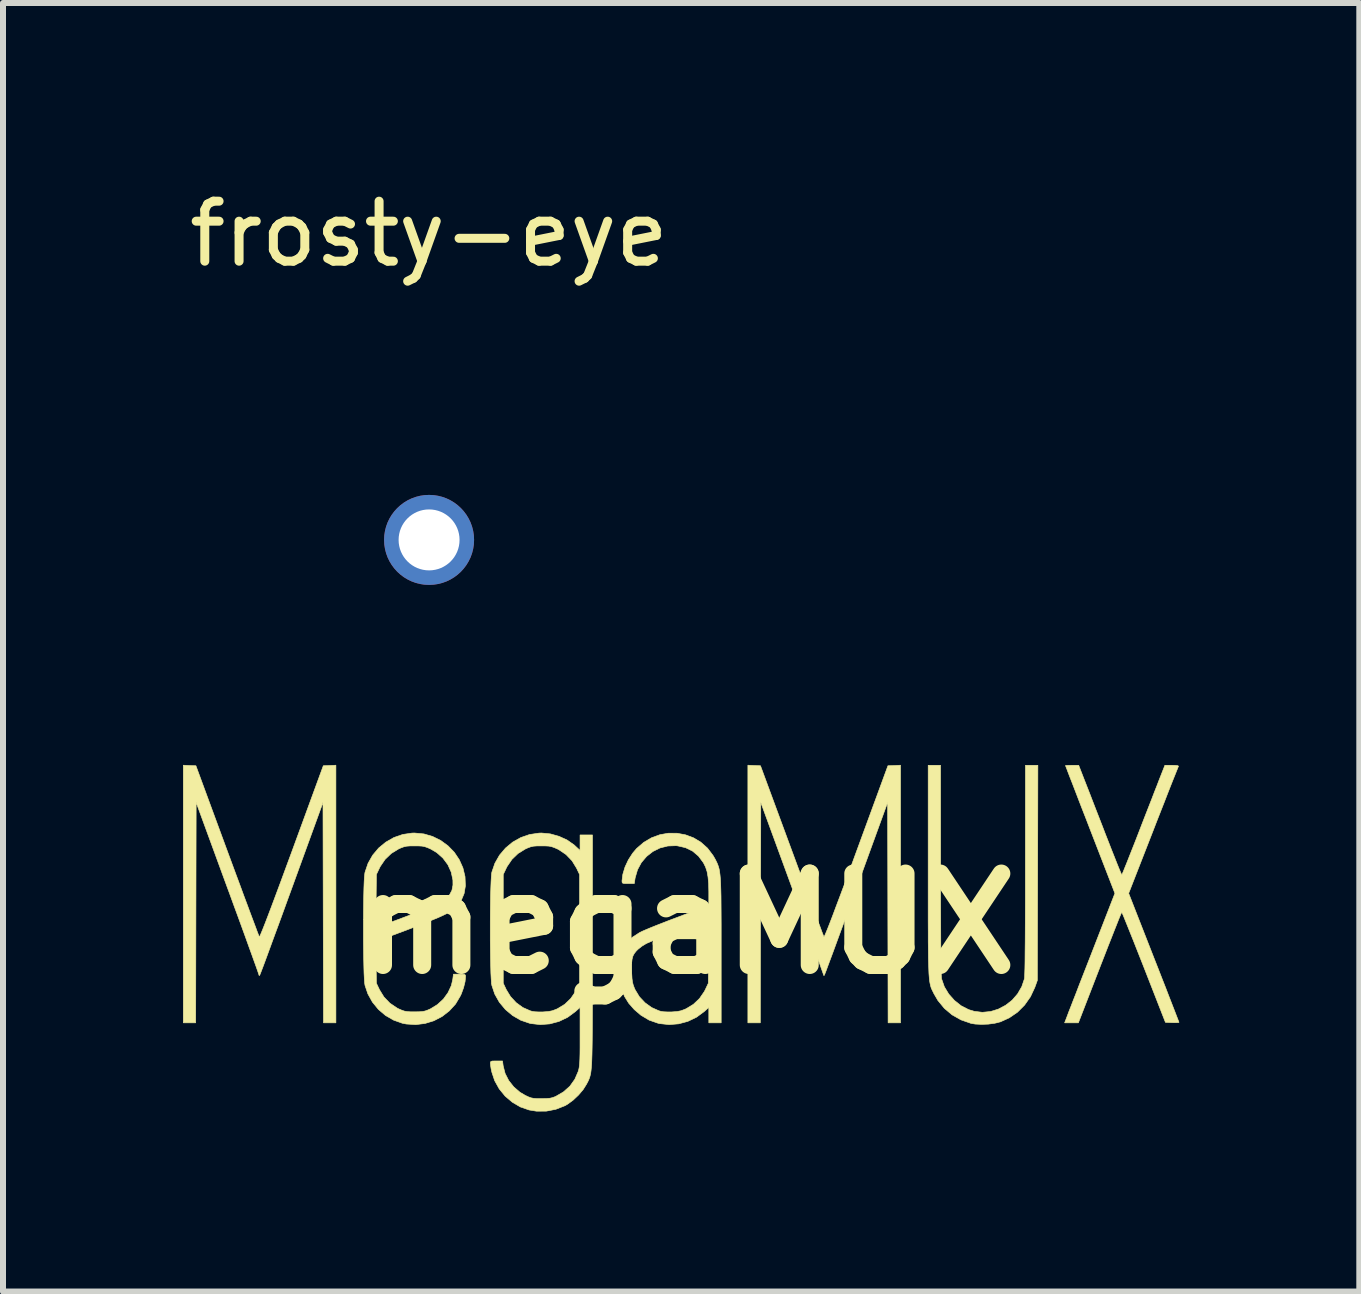
<source format=kicad_pcb>
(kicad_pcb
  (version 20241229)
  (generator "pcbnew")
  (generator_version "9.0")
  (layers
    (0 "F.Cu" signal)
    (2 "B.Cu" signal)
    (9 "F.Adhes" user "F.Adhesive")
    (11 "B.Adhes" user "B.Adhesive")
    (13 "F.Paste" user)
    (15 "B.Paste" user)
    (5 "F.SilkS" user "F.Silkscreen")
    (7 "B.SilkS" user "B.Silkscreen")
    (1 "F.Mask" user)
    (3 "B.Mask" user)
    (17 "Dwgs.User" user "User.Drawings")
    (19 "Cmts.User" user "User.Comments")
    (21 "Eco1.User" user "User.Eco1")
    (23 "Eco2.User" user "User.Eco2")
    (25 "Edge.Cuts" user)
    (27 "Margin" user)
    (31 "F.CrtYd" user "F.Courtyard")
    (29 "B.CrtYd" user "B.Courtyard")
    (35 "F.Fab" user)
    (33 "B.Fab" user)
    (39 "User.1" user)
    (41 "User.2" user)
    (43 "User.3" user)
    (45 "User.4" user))
  (footprint "frosty-eye"
    (layer "F.Cu")
    (at 4.101 5.948)
    (property "Reference" "frosty-eye" (at 0 -5.1 0) (layer "F.SilkS") (effects (font (size 1 1) (thickness 0.15))))
    (attr through_hole)
    (pad "1" thru_hole circle (at 0 0) (size 1.5 1.5) (drill 1.016) (layers "*.Cu" "*.Mask")))
  (footprint "megaMUX"
    (layer "F.Cu")
    (at 8.413 12.343)
    (property "Reference" "megaMUX" (at 0 0 0) (layer "F.SilkS") (effects (font (size 1.524 1.524) (thickness 0.3))))
    (attr through_hole)
    (fp_poly (pts (xy -5.865 1.653) (xy -6.072 1.653) (xy -6.08 -2.02) (xy -6.602 -0.585) (xy -6.677 -0.38) (xy -6.748 -0.184) (xy -6.816 0.002) (xy -6.88 0.175) (xy -6.938 0.333) (xy -6.99 0.475) (xy -7.035 0.598) (xy -7.073 0.7) (xy -7.103 0.779) (xy -7.124 0.833) (xy -7.135 0.86) (xy -7.136 0.863) (xy -7.146 0.863) (xy -7.147 0.855) (xy -7.153 0.837) (xy -7.168 0.792) (xy -7.193 0.721) (xy -7.227 0.627) (xy -7.269 0.51) (xy -7.318 0.375) (xy -7.373 0.222) (xy -7.434 0.054) (xy -7.5 -0.127) (xy -7.571 -0.32) (xy -7.644 -0.521) (xy -7.671 -0.593) (xy -8.194 -2.021) (xy -8.198 -0.184) (xy -8.202 1.653) (xy -8.408 1.653) (xy -8.408 -2.64) (xy -8.303 -2.635) (xy -8.198 -2.631) (xy -7.677 -1.216) (xy -7.602 -1.013) (xy -7.53 -0.818) (xy -7.461 -0.633) (xy -7.398 -0.461) (xy -7.339 -0.304) (xy -7.287 -0.163) (xy -7.241 -0.041) (xy -7.203 0.06) (xy -7.174 0.139) (xy -7.153 0.192) (xy -7.143 0.218) (xy -7.142 0.22) (xy -7.134 0.21) (xy -7.115 0.169) (xy -7.086 0.099) (xy -7.046 -0.002) (xy -6.996 -0.132) (xy -6.935 -0.293) (xy -6.864 -0.483) (xy -6.782 -0.703) (xy -6.69 -0.953) (xy -6.601 -1.194) (xy -6.075 -2.631) (xy -5.865 -2.64) (xy -5.865 1.653)) (stroke (width 0.01) (type solid)) (fill yes) (layer "F.SilkS"))
    (fp_poly (pts (xy 3.545 1.653) (xy 3.338 1.653) (xy 3.33 -2.02) (xy 2.808 -0.585) (xy 2.733 -0.38) (xy 2.661 -0.184) (xy 2.594 0.002) (xy 2.53 0.175) (xy 2.472 0.333) (xy 2.42 0.475) (xy 2.374 0.598) (xy 2.336 0.7) (xy 2.307 0.779) (xy 2.286 0.833) (xy 2.275 0.86) (xy 2.274 0.863) (xy 2.264 0.863) (xy 2.262 0.855) (xy 2.257 0.837) (xy 2.241 0.792) (xy 2.216 0.721) (xy 2.183 0.627) (xy 2.141 0.51) (xy 2.092 0.375) (xy 2.037 0.222) (xy 1.975 0.054) (xy 1.909 -0.127) (xy 1.839 -0.32) (xy 1.765 -0.521) (xy 1.739 -0.593) (xy 1.216 -2.021) (xy 1.212 -0.184) (xy 1.208 1.653) (xy 1.001 1.653) (xy 1.001 -2.64) (xy 1.211 -2.631) (xy 1.733 -1.216) (xy 1.808 -1.013) (xy 1.88 -0.818) (xy 1.948 -0.633) (xy 2.012 -0.461) (xy 2.071 -0.304) (xy 2.123 -0.163) (xy 2.169 -0.041) (xy 2.207 0.06) (xy 2.236 0.139) (xy 2.257 0.192) (xy 2.267 0.218) (xy 2.268 0.22) (xy 2.276 0.21) (xy 2.295 0.169) (xy 2.324 0.099) (xy 2.364 -0.002) (xy 2.414 -0.132) (xy 2.474 -0.293) (xy 2.546 -0.483) (xy 2.628 -0.703) (xy 2.72 -0.953) (xy 2.808 -1.194) (xy 3.335 -2.631) (xy 3.44 -2.635) (xy 3.545 -2.64) (xy 3.545 1.653)) (stroke (width 0.01) (type solid)) (fill yes) (layer "F.SilkS"))
    (fp_poly (pts (xy 4.213 -0.894) (xy 4.213 -0.593) (xy 4.213 -0.317) (xy 4.214 -0.067) (xy 4.215 0.156) (xy 4.216 0.353) (xy 4.218 0.521) (xy 4.22 0.661) (xy 4.222 0.772) (xy 4.224 0.853) (xy 4.227 0.903) (xy 4.229 0.92) (xy 4.275 1.052) (xy 4.348 1.173) (xy 4.443 1.28) (xy 4.555 1.369) (xy 4.68 1.433) (xy 4.77 1.461) (xy 4.908 1.478) (xy 5.044 1.465) (xy 5.175 1.425) (xy 5.296 1.361) (xy 5.405 1.276) (xy 5.496 1.171) (xy 5.566 1.05) (xy 5.61 0.92) (xy 5.613 0.892) (xy 5.615 0.832) (xy 5.618 0.743) (xy 5.62 0.623) (xy 5.621 0.475) (xy 5.623 0.298) (xy 5.624 0.093) (xy 5.625 -0.138) (xy 5.626 -0.396) (xy 5.626 -0.679) (xy 5.626 -0.894) (xy 5.627 -2.639) (xy 5.834 -2.639) (xy 5.83 -0.846) (xy 5.825 0.946) (xy 5.783 1.063) (xy 5.71 1.219) (xy 5.612 1.358) (xy 5.494 1.476) (xy 5.357 1.57) (xy 5.209 1.637) (xy 5.117 1.66) (xy 5.008 1.675) (xy 4.895 1.679) (xy 4.79 1.674) (xy 4.719 1.662) (xy 4.553 1.604) (xy 4.404 1.52) (xy 4.276 1.412) (xy 4.168 1.281) (xy 4.101 1.166) (xy 4.087 1.137) (xy 4.074 1.111) (xy 4.062 1.085) (xy 4.052 1.058) (xy 4.044 1.028) (xy 4.036 0.992) (xy 4.029 0.95) (xy 4.024 0.898) (xy 4.019 0.836) (xy 4.016 0.762) (xy 4.013 0.673) (xy 4.01 0.568) (xy 4.009 0.445) (xy 4.007 0.302) (xy 4.007 0.137) (xy 4.006 -0.051) (xy 4.006 -0.265) (xy 4.006 -0.507) (xy 4.006 -0.777) (xy 4.006 -0.886) (xy 4.006 -2.639) (xy 4.212 -2.639) (xy 4.213 -0.894)) (stroke (width 0.01) (type solid)) (fill yes) (layer "F.SilkS"))
    (fp_poly (pts (xy 6.599 -2.42) (xy 6.623 -2.359) (xy 6.657 -2.272) (xy 6.699 -2.165) (xy 6.747 -2.04) (xy 6.8 -1.903) (xy 6.857 -1.757) (xy 6.915 -1.608) (xy 6.954 -1.506) (xy 7.009 -1.366) (xy 7.06 -1.235) (xy 7.107 -1.117) (xy 7.148 -1.013) (xy 7.182 -0.928) (xy 7.209 -0.864) (xy 7.226 -0.825) (xy 7.232 -0.811) (xy 7.239 -0.826) (xy 7.257 -0.867) (xy 7.283 -0.932) (xy 7.318 -1.018) (xy 7.359 -1.122) (xy 7.406 -1.241) (xy 7.458 -1.372) (xy 7.51 -1.506) (xy 7.568 -1.657) (xy 7.626 -1.806) (xy 7.682 -1.949) (xy 7.734 -2.082) (xy 7.78 -2.202) (xy 7.82 -2.303) (xy 7.85 -2.382) (xy 7.865 -2.42) (xy 7.951 -2.639) (xy 8.069 -2.639) (xy 8.133 -2.637) (xy 8.168 -2.632) (xy 8.178 -2.623) (xy 8.176 -2.62) (xy 8.169 -2.603) (xy 8.151 -2.558) (xy 8.123 -2.488) (xy 8.086 -2.396) (xy 8.042 -2.285) (xy 7.991 -2.155) (xy 7.935 -2.01) (xy 7.873 -1.853) (xy 7.807 -1.685) (xy 7.756 -1.553) (xy 7.347 -0.505) (xy 7.766 0.566) (xy 7.835 0.741) (xy 7.9 0.908) (xy 7.961 1.063) (xy 8.016 1.206) (xy 8.065 1.332) (xy 8.107 1.44) (xy 8.141 1.528) (xy 8.166 1.593) (xy 8.182 1.633) (xy 8.186 1.646) (xy 8.171 1.649) (xy 8.133 1.651) (xy 8.079 1.65) (xy 8.073 1.65) (xy 7.96 1.645) (xy 7.601 0.727) (xy 7.537 0.565) (xy 7.477 0.413) (xy 7.421 0.271) (xy 7.37 0.144) (xy 7.326 0.034) (xy 7.289 -0.057) (xy 7.261 -0.127) (xy 7.241 -0.172) (xy 7.232 -0.19) (xy 7.232 -0.191) (xy 7.225 -0.176) (xy 7.207 -0.135) (xy 7.18 -0.069) (xy 7.145 0.02) (xy 7.102 0.128) (xy 7.053 0.253) (xy 6.998 0.392) (xy 6.939 0.544) (xy 6.876 0.705) (xy 6.866 0.731) (xy 6.509 1.653) (xy 6.394 1.653) (xy 6.28 1.653) (xy 6.318 1.554) (xy 6.33 1.522) (xy 6.352 1.463) (xy 6.385 1.38) (xy 6.425 1.276) (xy 6.473 1.154) (xy 6.526 1.015) (xy 6.585 0.864) (xy 6.648 0.703) (xy 6.714 0.534) (xy 6.737 0.475) (xy 7.118 -0.505) (xy 6.706 -1.568) (xy 6.639 -1.742) (xy 6.574 -1.908) (xy 6.514 -2.063) (xy 6.46 -2.204) (xy 6.412 -2.329) (xy 6.37 -2.436) (xy 6.337 -2.522) (xy 6.313 -2.586) (xy 6.298 -2.624) (xy 6.294 -2.634) (xy 6.309 -2.636) (xy 6.347 -2.638) (xy 6.401 -2.639) (xy 6.404 -2.639) (xy 6.514 -2.639) (xy 6.599 -2.42)) (stroke (width 0.01) (type solid)) (fill yes) (layer "F.SilkS"))
    (fp_poly (pts (xy -0.179 -1.506) (xy -0.039 -1.48) (xy 0.095 -1.43) (xy 0.218 -1.356) (xy 0.328 -1.258) (xy 0.42 -1.136) (xy 0.45 -1.085) (xy 0.469 -1.049) (xy 0.485 -1.016) (xy 0.499 -0.983) (xy 0.511 -0.948) (xy 0.522 -0.909) (xy 0.53 -0.864) (xy 0.537 -0.809) (xy 0.543 -0.744) (xy 0.547 -0.665) (xy 0.55 -0.571) (xy 0.553 -0.458) (xy 0.554 -0.325) (xy 0.555 -0.17) (xy 0.556 0.011) (xy 0.556 0.218) (xy 0.556 0.449) (xy 0.556 1.653) (xy 0.35 1.653) (xy 0.35 1.396) (xy 0.272 1.466) (xy 0.144 1.56) (xy 0.000215 1.629) (xy -0.153 1.67) (xy -0.311 1.683) (xy -0.469 1.666) (xy -0.496 1.66) (xy -0.645 1.608) (xy -0.782 1.526) (xy -0.892 1.432) (xy -0.985 1.326) (xy -1.054 1.215) (xy -1.103 1.094) (xy -1.131 0.957) (xy -1.142 0.8) (xy -1.142 0.752) (xy -0.937 0.752) (xy -0.935 0.833) (xy -0.93 0.915) (xy -0.922 0.975) (xy -0.909 1.026) (xy -0.889 1.078) (xy -0.878 1.102) (xy -0.808 1.218) (xy -0.714 1.318) (xy -0.604 1.398) (xy -0.483 1.452) (xy -0.449 1.462) (xy -0.404 1.469) (xy -0.34 1.472) (xy -0.27 1.472) (xy -0.259 1.471) (xy -0.178 1.465) (xy -0.113 1.452) (xy -0.049 1.428) (xy -0.025 1.417) (xy 0.093 1.345) (xy 0.195 1.248) (xy 0.275 1.132) (xy 0.291 1.101) (xy 0.342 0.993) (xy 0.347 0.459) (xy 0.352 -0.076) (xy 0.204 -0.021) (xy 0.027 0.046) (xy -0.137 0.108) (xy -0.286 0.166) (xy -0.418 0.217) (xy -0.529 0.262) (xy -0.617 0.299) (xy -0.68 0.326) (xy -0.703 0.338) (xy -0.765 0.376) (xy -0.825 0.423) (xy -0.857 0.454) (xy -0.891 0.496) (xy -0.915 0.54) (xy -0.929 0.594) (xy -0.937 0.662) (xy -0.937 0.752) (xy -1.142 0.752) (xy -1.142 0.715) (xy -1.139 0.629) (xy -1.135 0.566) (xy -1.127 0.52) (xy -1.116 0.481) (xy -1.099 0.441) (xy -1.093 0.427) (xy -1.024 0.323) (xy -0.928 0.23) (xy -0.806 0.151) (xy -0.758 0.127) (xy -0.705 0.104) (xy -0.629 0.072) (xy -0.535 0.034) (xy -0.43 -0.007) (xy -0.32 -0.05) (xy -0.262 -0.072) (xy -0.153 -0.113) (xy -0.045 -0.154) (xy 0.054 -0.192) (xy 0.138 -0.224) (xy 0.202 -0.248) (xy 0.227 -0.257) (xy 0.35 -0.304) (xy 0.35 -0.53) (xy 0.347 -0.666) (xy 0.337 -0.776) (xy 0.321 -0.867) (xy 0.295 -0.945) (xy 0.26 -1.015) (xy 0.178 -1.125) (xy 0.079 -1.209) (xy -0.038 -1.266) (xy -0.17 -1.296) (xy -0.196 -1.299) (xy -0.333 -1.294) (xy -0.464 -1.261) (xy -0.583 -1.202) (xy -0.687 -1.12) (xy -0.774 -1.018) (xy -0.838 -0.899) (xy -0.877 -0.766) (xy -0.881 -0.743) (xy -0.892 -0.668) (xy -0.994 -0.668) (xy -1.05 -0.668) (xy -1.08 -0.672) (xy -1.093 -0.682) (xy -1.096 -0.702) (xy -1.097 -0.711) (xy -1.083 -0.822) (xy -1.047 -0.942) (xy -0.991 -1.062) (xy -0.919 -1.174) (xy -0.855 -1.25) (xy -0.735 -1.354) (xy -0.604 -1.431) (xy -0.465 -1.482) (xy -0.323 -1.507) (xy -0.179 -1.506)) (stroke (width 0.01) (type solid)) (fill yes) (layer "F.SilkS"))
    (fp_poly (pts (xy -4.398 -1.495) (xy -4.252 -1.452) (xy -4.117 -1.385) (xy -3.996 -1.296) (xy -3.892 -1.189) (xy -3.809 -1.065) (xy -3.748 -0.929) (xy -3.713 -0.783) (xy -3.707 -0.63) (xy -3.707 -0.628) (xy -3.728 -0.502) (xy -3.774 -0.392) (xy -3.838 -0.305) (xy -3.866 -0.275) (xy -3.897 -0.247) (xy -3.931 -0.22) (xy -3.973 -0.193) (xy -4.024 -0.165) (xy -4.087 -0.134) (xy -4.165 -0.099) (xy -4.26 -0.06) (xy -4.374 -0.014) (xy -4.511 0.039) (xy -4.673 0.101) (xy -4.851 0.168) (xy -4.945 0.203) (xy -5.03 0.234) (xy -5.1 0.26) (xy -5.151 0.277) (xy -5.179 0.286) (xy -5.182 0.286) (xy -5.188 0.296) (xy -5.193 0.328) (xy -5.195 0.383) (xy -5.196 0.465) (xy -5.196 0.575) (xy -5.195 0.64) (xy -5.19 0.993) (xy -5.139 1.101) (xy -5.064 1.223) (xy -4.965 1.326) (xy -4.847 1.406) (xy -4.82 1.42) (xy -4.767 1.443) (xy -4.723 1.458) (xy -4.677 1.466) (xy -4.619 1.47) (xy -4.554 1.47) (xy -4.478 1.469) (xy -4.422 1.465) (xy -4.378 1.456) (xy -4.333 1.44) (xy -4.288 1.42) (xy -4.173 1.349) (xy -4.074 1.258) (xy -3.996 1.15) (xy -3.941 1.032) (xy -3.917 0.928) (xy -3.906 0.842) (xy -3.805 0.842) (xy -3.75 0.843) (xy -3.72 0.847) (xy -3.707 0.858) (xy -3.704 0.877) (xy -3.704 0.88) (xy -3.712 0.966) (xy -3.737 1.067) (xy -3.775 1.171) (xy -3.791 1.205) (xy -3.871 1.34) (xy -3.975 1.454) (xy -4.096 1.548) (xy -4.233 1.619) (xy -4.38 1.664) (xy -4.534 1.683) (xy -4.692 1.673) (xy -4.758 1.66) (xy -4.904 1.608) (xy -5.039 1.53) (xy -5.157 1.429) (xy -5.256 1.308) (xy -5.332 1.171) (xy -5.38 1.029) (xy -5.386 0.988) (xy -5.391 0.918) (xy -5.396 0.824) (xy -5.399 0.71) (xy -5.402 0.579) (xy -5.404 0.436) (xy -5.406 0.285) (xy -5.406 0.128) (xy -5.406 -0.029) (xy -5.405 -0.143) (xy -5.197 -0.143) (xy -5.197 -0.067) (xy -5.196 -0.012) (xy -5.193 0.025) (xy -5.19 0.047) (xy -5.184 0.058) (xy -5.177 0.06) (xy -5.171 0.059) (xy -5.149 0.051) (xy -5.102 0.034) (xy -5.032 0.008) (xy -4.945 -0.025) (xy -4.842 -0.063) (xy -4.73 -0.105) (xy -4.674 -0.126) (xy -4.555 -0.172) (xy -4.443 -0.215) (xy -4.342 -0.255) (xy -4.256 -0.29) (xy -4.189 -0.319) (xy -4.146 -0.338) (xy -4.137 -0.343) (xy -4.04 -0.409) (xy -3.972 -0.478) (xy -3.931 -0.555) (xy -3.914 -0.643) (xy -3.915 -0.726) (xy -3.943 -0.858) (xy -3.999 -0.982) (xy -4.081 -1.092) (xy -4.184 -1.184) (xy -4.288 -1.245) (xy -4.341 -1.268) (xy -4.385 -1.283) (xy -4.43 -1.292) (xy -4.488 -1.295) (xy -4.554 -1.295) (xy -4.63 -1.295) (xy -4.685 -1.291) (xy -4.73 -1.281) (xy -4.775 -1.265) (xy -4.82 -1.245) (xy -4.942 -1.17) (xy -5.045 -1.071) (xy -5.126 -0.952) (xy -5.139 -0.926) (xy -5.19 -0.819) (xy -5.195 -0.375) (xy -5.196 -0.245) (xy -5.197 -0.143) (xy -5.405 -0.143) (xy -5.405 -0.184) (xy -5.403 -0.332) (xy -5.401 -0.47) (xy -5.398 -0.593) (xy -5.394 -0.697) (xy -5.389 -0.78) (xy -5.383 -0.837) (xy -5.38 -0.855) (xy -5.329 -1.005) (xy -5.252 -1.141) (xy -5.152 -1.26) (xy -5.033 -1.358) (xy -4.898 -1.435) (xy -4.751 -1.486) (xy -4.595 -1.509) (xy -4.554 -1.51) (xy -4.398 -1.495)) (stroke (width 0.01) (type solid)) (fill yes) (layer "F.SilkS"))
    (fp_poly (pts (xy -2.293 -1.496) (xy -2.147 -1.455) (xy -2.011 -1.393) (xy -1.893 -1.31) (xy -1.874 -1.292) (xy -1.796 -1.22) (xy -1.796 -1.478) (xy -1.589 -1.478) (xy -1.59 0.449) (xy -1.59 0.744) (xy -1.59 1.01) (xy -1.59 1.247) (xy -1.59 1.458) (xy -1.591 1.644) (xy -1.592 1.807) (xy -1.593 1.948) (xy -1.595 2.071) (xy -1.597 2.175) (xy -1.6 2.264) (xy -1.603 2.338) (xy -1.608 2.401) (xy -1.613 2.452) (xy -1.619 2.495) (xy -1.627 2.53) (xy -1.635 2.56) (xy -1.645 2.587) (xy -1.655 2.611) (xy -1.667 2.636) (xy -1.681 2.662) (xy -1.687 2.674) (xy -1.744 2.765) (xy -1.822 2.857) (xy -1.912 2.942) (xy -2.005 3.01) (xy -2.046 3.034) (xy -2.199 3.094) (xy -2.358 3.125) (xy -2.52 3.126) (xy -2.644 3.106) (xy -2.791 3.055) (xy -2.925 2.976) (xy -3.044 2.875) (xy -3.143 2.754) (xy -3.219 2.617) (xy -3.266 2.476) (xy -3.279 2.416) (xy -3.287 2.362) (xy -3.29 2.333) (xy -3.289 2.309) (xy -3.28 2.296) (xy -3.256 2.29) (xy -3.209 2.289) (xy -3.189 2.289) (xy -3.088 2.289) (xy -3.077 2.372) (xy -3.045 2.497) (xy -2.985 2.615) (xy -2.901 2.721) (xy -2.798 2.81) (xy -2.71 2.862) (xy -2.657 2.887) (xy -2.614 2.903) (xy -2.57 2.912) (xy -2.517 2.916) (xy -2.442 2.916) (xy -2.44 2.916) (xy -2.358 2.915) (xy -2.298 2.91) (xy -2.251 2.899) (xy -2.207 2.882) (xy -2.204 2.881) (xy -2.073 2.805) (xy -1.965 2.709) (xy -1.883 2.594) (xy -1.827 2.465) (xy -1.818 2.434) (xy -1.811 2.401) (xy -1.806 2.363) (xy -1.802 2.315) (xy -1.799 2.253) (xy -1.797 2.173) (xy -1.796 2.072) (xy -1.796 1.944) (xy -1.796 1.881) (xy -1.796 1.396) (xy -1.874 1.466) (xy -2.003 1.561) (xy -2.147 1.63) (xy -2.301 1.671) (xy -2.459 1.683) (xy -2.619 1.665) (xy -2.635 1.661) (xy -2.784 1.61) (xy -2.92 1.532) (xy -3.04 1.431) (xy -3.141 1.31) (xy -3.218 1.173) (xy -3.266 1.029) (xy -3.272 0.987) (xy -3.277 0.917) (xy -3.282 0.823) (xy -3.285 0.708) (xy -3.288 0.578) (xy -3.29 0.434) (xy -3.292 0.282) (xy -3.292 0.126) (xy -3.292 -0.032) (xy -3.291 -0.187) (xy -3.289 -0.335) (xy -3.287 -0.472) (xy -3.283 -0.596) (xy -3.279 -0.7) (xy -3.274 -0.783) (xy -3.271 -0.819) (xy -3.076 -0.819) (xy -3.076 0.993) (xy -3.025 1.101) (xy -2.954 1.217) (xy -2.86 1.318) (xy -2.75 1.398) (xy -2.628 1.452) (xy -2.595 1.462) (xy -2.55 1.469) (xy -2.486 1.472) (xy -2.416 1.472) (xy -2.405 1.471) (xy -2.324 1.465) (xy -2.259 1.452) (xy -2.194 1.428) (xy -2.17 1.417) (xy -2.052 1.345) (xy -1.951 1.248) (xy -1.871 1.132) (xy -1.855 1.101) (xy -1.804 0.993) (xy -1.804 -0.819) (xy -1.855 -0.926) (xy -1.93 -1.048) (xy -2.029 -1.151) (xy -2.147 -1.231) (xy -2.174 -1.245) (xy -2.227 -1.268) (xy -2.271 -1.283) (xy -2.316 -1.292) (xy -2.374 -1.295) (xy -2.44 -1.295) (xy -2.516 -1.295) (xy -2.571 -1.291) (xy -2.616 -1.281) (xy -2.661 -1.265) (xy -2.706 -1.245) (xy -2.828 -1.17) (xy -2.931 -1.071) (xy -3.012 -0.952) (xy -3.025 -0.926) (xy -3.076 -0.819) (xy -3.271 -0.819) (xy -3.269 -0.839) (xy -3.266 -0.857) (xy -3.215 -1.006) (xy -3.138 -1.141) (xy -3.038 -1.259) (xy -2.919 -1.358) (xy -2.784 -1.434) (xy -2.638 -1.485) (xy -2.482 -1.508) (xy -2.44 -1.51) (xy -2.293 -1.496)) (stroke (width 0.01) (type solid)) (fill yes) (layer "F.SilkS")))
  (gr_rect
    (start -3 -3)
    (end 19.604 18.475)
    (stroke (width 0.1) (type default))
    (fill no)
    (layer "Edge.Cuts")))
</source>
